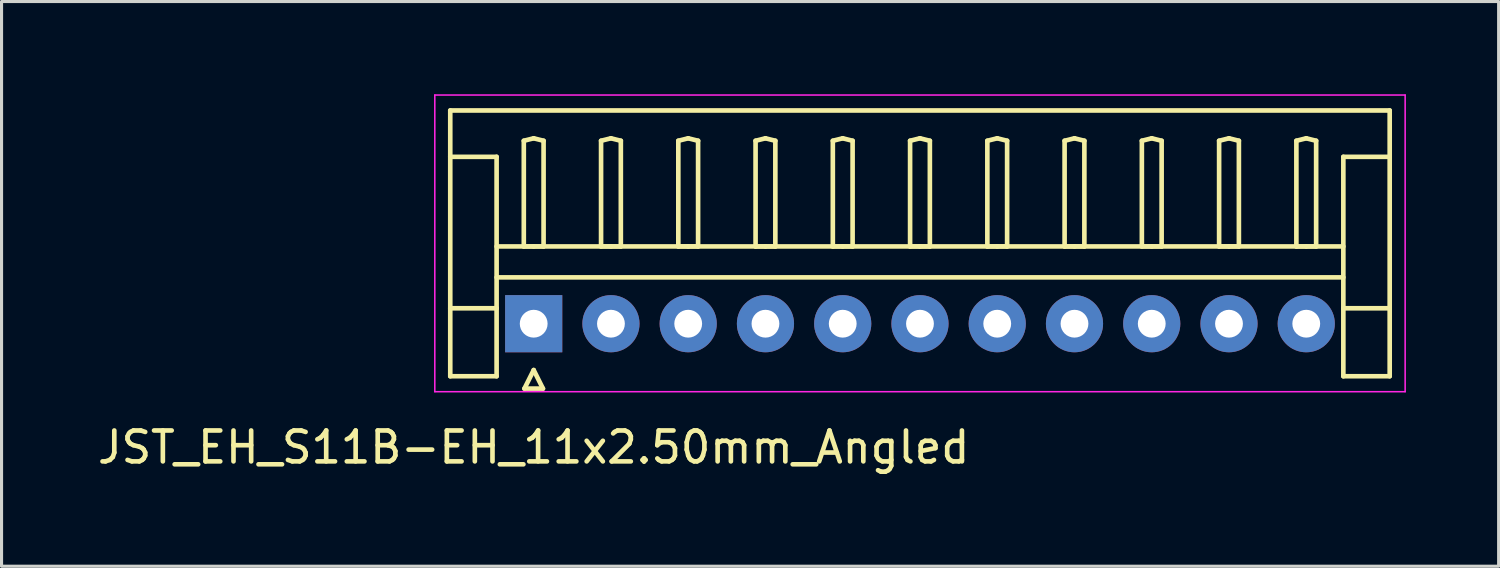
<source format=kicad_pcb>
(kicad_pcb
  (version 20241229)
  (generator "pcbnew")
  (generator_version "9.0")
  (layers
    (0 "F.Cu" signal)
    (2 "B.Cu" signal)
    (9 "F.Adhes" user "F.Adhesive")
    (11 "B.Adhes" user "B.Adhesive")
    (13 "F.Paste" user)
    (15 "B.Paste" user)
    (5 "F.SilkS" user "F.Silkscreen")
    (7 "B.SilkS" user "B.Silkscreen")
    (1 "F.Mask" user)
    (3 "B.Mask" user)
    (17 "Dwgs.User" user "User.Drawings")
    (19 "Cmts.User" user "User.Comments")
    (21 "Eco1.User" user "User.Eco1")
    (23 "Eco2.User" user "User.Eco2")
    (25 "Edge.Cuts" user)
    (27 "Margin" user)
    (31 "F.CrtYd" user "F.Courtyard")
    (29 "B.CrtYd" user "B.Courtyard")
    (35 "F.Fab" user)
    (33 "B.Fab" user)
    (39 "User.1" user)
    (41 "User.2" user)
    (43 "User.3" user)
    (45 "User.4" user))
  (footprint "JST_EH_S11B-EH_11x2.50mm_Angled"
    (layer "F.Cu")
    (at 14.22 7.425)
    (property "Reference" "JST_EH_S11B-EH_11x2.50mm_Angled" (at 0 4 0) (layer "F.SilkS") (effects (font (size 1 1) (thickness 0.15))))
    (attr through_hole)
    (fp_line (start -2.7 -6.9) (end 27.7 -6.9) (stroke (width 0.15) (type solid)) (layer "F.SilkS"))
    (fp_line (start -2.7 -5.4) (end -1.2 -5.4) (stroke (width 0.15) (type solid)) (layer "F.SilkS"))
    (fp_line (start -2.7 1.7) (end -2.7 -6.9) (stroke (width 0.15) (type solid)) (layer "F.SilkS"))
    (fp_line (start -1.2 -5.4) (end -1.2 -0.5) (stroke (width 0.15) (type solid)) (layer "F.SilkS"))
    (fp_line (start -1.2 -2.5) (end 26.2 -2.5) (stroke (width 0.15) (type solid)) (layer "F.SilkS"))
    (fp_line (start -1.2 -1.5) (end 26.2 -1.5) (stroke (width 0.15) (type solid)) (layer "F.SilkS"))
    (fp_line (start -1.2 -0.5) (end -2.7 -0.5) (stroke (width 0.15) (type solid)) (layer "F.SilkS"))
    (fp_line (start -1.2 -0.5) (end -1.2 1.7) (stroke (width 0.15) (type solid)) (layer "F.SilkS"))
    (fp_line (start -1.2 1.7) (end -2.7 1.7) (stroke (width 0.15) (type solid)) (layer "F.SilkS"))
    (fp_line (start -0.32 -5.92) (end 0 -6) (stroke (width 0.15) (type solid)) (layer "F.SilkS"))
    (fp_line (start -0.32 -2.5) (end -0.32 -5.92) (stroke (width 0.15) (type solid)) (layer "F.SilkS"))
    (fp_line (start -0.3 2.1) (end 0.3 2.1) (stroke (width 0.15) (type solid)) (layer "F.SilkS"))
    (fp_line (start 0 -6) (end 0.32 -5.92) (stroke (width 0.15) (type solid)) (layer "F.SilkS"))
    (fp_line (start 0 -2.5) (end -0.32 -2.5) (stroke (width 0.15) (type solid)) (layer "F.SilkS"))
    (fp_line (start 0 1.5) (end -0.3 2.1) (stroke (width 0.15) (type solid)) (layer "F.SilkS"))
    (fp_line (start 0.3 2.1) (end 0 1.5) (stroke (width 0.15) (type solid)) (layer "F.SilkS"))
    (fp_line (start 0.32 -5.92) (end 0.32 -2.5) (stroke (width 0.15) (type solid)) (layer "F.SilkS"))
    (fp_line (start 0.32 -2.5) (end 0 -2.5) (stroke (width 0.15) (type solid)) (layer "F.SilkS"))
    (fp_line (start 2.18 -5.92) (end 2.5 -6) (stroke (width 0.15) (type solid)) (layer "F.SilkS"))
    (fp_line (start 2.18 -2.5) (end 2.18 -5.92) (stroke (width 0.15) (type solid)) (layer "F.SilkS"))
    (fp_line (start 2.5 -6) (end 2.82 -5.92) (stroke (width 0.15) (type solid)) (layer "F.SilkS"))
    (fp_line (start 2.5 -2.5) (end 2.18 -2.5) (stroke (width 0.15) (type solid)) (layer "F.SilkS"))
    (fp_line (start 2.82 -5.92) (end 2.82 -2.5) (stroke (width 0.15) (type solid)) (layer "F.SilkS"))
    (fp_line (start 2.82 -2.5) (end 2.5 -2.5) (stroke (width 0.15) (type solid)) (layer "F.SilkS"))
    (fp_line (start 4.68 -5.92) (end 5 -6) (stroke (width 0.15) (type solid)) (layer "F.SilkS"))
    (fp_line (start 4.68 -2.5) (end 4.68 -5.92) (stroke (width 0.15) (type solid)) (layer "F.SilkS"))
    (fp_line (start 5 -6) (end 5.32 -5.92) (stroke (width 0.15) (type solid)) (layer "F.SilkS"))
    (fp_line (start 5 -2.5) (end 4.68 -2.5) (stroke (width 0.15) (type solid)) (layer "F.SilkS"))
    (fp_line (start 5.32 -5.92) (end 5.32 -2.5) (stroke (width 0.15) (type solid)) (layer "F.SilkS"))
    (fp_line (start 5.32 -2.5) (end 5 -2.5) (stroke (width 0.15) (type solid)) (layer "F.SilkS"))
    (fp_line (start 7.18 -5.92) (end 7.5 -6) (stroke (width 0.15) (type solid)) (layer "F.SilkS"))
    (fp_line (start 7.18 -2.5) (end 7.18 -5.92) (stroke (width 0.15) (type solid)) (layer "F.SilkS"))
    (fp_line (start 7.5 -6) (end 7.82 -5.92) (stroke (width 0.15) (type solid)) (layer "F.SilkS"))
    (fp_line (start 7.5 -2.5) (end 7.18 -2.5) (stroke (width 0.15) (type solid)) (layer "F.SilkS"))
    (fp_line (start 7.82 -5.92) (end 7.82 -2.5) (stroke (width 0.15) (type solid)) (layer "F.SilkS"))
    (fp_line (start 7.82 -2.5) (end 7.5 -2.5) (stroke (width 0.15) (type solid)) (layer "F.SilkS"))
    (fp_line (start 9.68 -5.92) (end 10 -6) (stroke (width 0.15) (type solid)) (layer "F.SilkS"))
    (fp_line (start 9.68 -2.5) (end 9.68 -5.92) (stroke (width 0.15) (type solid)) (layer "F.SilkS"))
    (fp_line (start 10 -6) (end 10.32 -5.92) (stroke (width 0.15) (type solid)) (layer "F.SilkS"))
    (fp_line (start 10 -2.5) (end 9.68 -2.5) (stroke (width 0.15) (type solid)) (layer "F.SilkS"))
    (fp_line (start 10.32 -5.92) (end 10.32 -2.5) (stroke (width 0.15) (type solid)) (layer "F.SilkS"))
    (fp_line (start 10.32 -2.5) (end 10 -2.5) (stroke (width 0.15) (type solid)) (layer "F.SilkS"))
    (fp_line (start 12.18 -5.92) (end 12.5 -6) (stroke (width 0.15) (type solid)) (layer "F.SilkS"))
    (fp_line (start 12.18 -2.5) (end 12.18 -5.92) (stroke (width 0.15) (type solid)) (layer "F.SilkS"))
    (fp_line (start 12.5 -6) (end 12.82 -5.92) (stroke (width 0.15) (type solid)) (layer "F.SilkS"))
    (fp_line (start 12.5 -2.5) (end 12.18 -2.5) (stroke (width 0.15) (type solid)) (layer "F.SilkS"))
    (fp_line (start 12.82 -5.92) (end 12.82 -2.5) (stroke (width 0.15) (type solid)) (layer "F.SilkS"))
    (fp_line (start 12.82 -2.5) (end 12.5 -2.5) (stroke (width 0.15) (type solid)) (layer "F.SilkS"))
    (fp_line (start 14.68 -5.92) (end 15 -6) (stroke (width 0.15) (type solid)) (layer "F.SilkS"))
    (fp_line (start 14.68 -2.5) (end 14.68 -5.92) (stroke (width 0.15) (type solid)) (layer "F.SilkS"))
    (fp_line (start 15 -6) (end 15.32 -5.92) (stroke (width 0.15) (type solid)) (layer "F.SilkS"))
    (fp_line (start 15 -2.5) (end 14.68 -2.5) (stroke (width 0.15) (type solid)) (layer "F.SilkS"))
    (fp_line (start 15.32 -5.92) (end 15.32 -2.5) (stroke (width 0.15) (type solid)) (layer "F.SilkS"))
    (fp_line (start 15.32 -2.5) (end 15 -2.5) (stroke (width 0.15) (type solid)) (layer "F.SilkS"))
    (fp_line (start 17.18 -5.92) (end 17.5 -6) (stroke (width 0.15) (type solid)) (layer "F.SilkS"))
    (fp_line (start 17.18 -2.5) (end 17.18 -5.92) (stroke (width 0.15) (type solid)) (layer "F.SilkS"))
    (fp_line (start 17.5 -6) (end 17.82 -5.92) (stroke (width 0.15) (type solid)) (layer "F.SilkS"))
    (fp_line (start 17.5 -2.5) (end 17.18 -2.5) (stroke (width 0.15) (type solid)) (layer "F.SilkS"))
    (fp_line (start 17.82 -5.92) (end 17.82 -2.5) (stroke (width 0.15) (type solid)) (layer "F.SilkS"))
    (fp_line (start 17.82 -2.5) (end 17.5 -2.5) (stroke (width 0.15) (type solid)) (layer "F.SilkS"))
    (fp_line (start 19.68 -5.92) (end 20 -6) (stroke (width 0.15) (type solid)) (layer "F.SilkS"))
    (fp_line (start 19.68 -2.5) (end 19.68 -5.92) (stroke (width 0.15) (type solid)) (layer "F.SilkS"))
    (fp_line (start 20 -6) (end 20.32 -5.92) (stroke (width 0.15) (type solid)) (layer "F.SilkS"))
    (fp_line (start 20 -2.5) (end 19.68 -2.5) (stroke (width 0.15) (type solid)) (layer "F.SilkS"))
    (fp_line (start 20.32 -5.92) (end 20.32 -2.5) (stroke (width 0.15) (type solid)) (layer "F.SilkS"))
    (fp_line (start 20.32 -2.5) (end 20 -2.5) (stroke (width 0.15) (type solid)) (layer "F.SilkS"))
    (fp_line (start 22.18 -5.92) (end 22.5 -6) (stroke (width 0.15) (type solid)) (layer "F.SilkS"))
    (fp_line (start 22.18 -2.5) (end 22.18 -5.92) (stroke (width 0.15) (type solid)) (layer "F.SilkS"))
    (fp_line (start 22.5 -6) (end 22.82 -5.92) (stroke (width 0.15) (type solid)) (layer "F.SilkS"))
    (fp_line (start 22.5 -2.5) (end 22.18 -2.5) (stroke (width 0.15) (type solid)) (layer "F.SilkS"))
    (fp_line (start 22.82 -5.92) (end 22.82 -2.5) (stroke (width 0.15) (type solid)) (layer "F.SilkS"))
    (fp_line (start 22.82 -2.5) (end 22.5 -2.5) (stroke (width 0.15) (type solid)) (layer "F.SilkS"))
    (fp_line (start 24.68 -5.92) (end 25 -6) (stroke (width 0.15) (type solid)) (layer "F.SilkS"))
    (fp_line (start 24.68 -2.5) (end 24.68 -5.92) (stroke (width 0.15) (type solid)) (layer "F.SilkS"))
    (fp_line (start 25 -6) (end 25.32 -5.92) (stroke (width 0.15) (type solid)) (layer "F.SilkS"))
    (fp_line (start 25 -2.5) (end 24.68 -2.5) (stroke (width 0.15) (type solid)) (layer "F.SilkS"))
    (fp_line (start 25.32 -5.92) (end 25.32 -2.5) (stroke (width 0.15) (type solid)) (layer "F.SilkS"))
    (fp_line (start 25.32 -2.5) (end 25 -2.5) (stroke (width 0.15) (type solid)) (layer "F.SilkS"))
    (fp_line (start 26.2 -5.4) (end 26.2 -0.5) (stroke (width 0.15) (type solid)) (layer "F.SilkS"))
    (fp_line (start 26.2 -0.5) (end 27.7 -0.5) (stroke (width 0.15) (type solid)) (layer "F.SilkS"))
    (fp_line (start 26.2 1.7) (end 26.2 -0.5) (stroke (width 0.15) (type solid)) (layer "F.SilkS"))
    (fp_line (start 27.7 -6.9) (end 27.7 1.7) (stroke (width 0.15) (type solid)) (layer "F.SilkS"))
    (fp_line (start 27.7 -5.4) (end 26.2 -5.4) (stroke (width 0.15) (type solid)) (layer "F.SilkS"))
    (fp_line (start 27.7 1.7) (end 26.2 1.7) (stroke (width 0.15) (type solid)) (layer "F.SilkS"))
    (fp_line (start -3.2 -7.4) (end -3.2 2.2) (stroke (width 0.05) (type solid)) (layer "F.CrtYd"))
    (fp_line (start -3.2 2.2) (end 28.2 2.2) (stroke (width 0.05) (type solid)) (layer "F.CrtYd"))
    (fp_line (start 28.2 -7.4) (end -3.2 -7.4) (stroke (width 0.05) (type solid)) (layer "F.CrtYd"))
    (fp_line (start 28.2 2.2) (end 28.2 -7.4) (stroke (width 0.05) (type solid)) (layer "F.CrtYd"))
    (pad "1" thru_hole rect (at 0 0) (size 1.85 1.85) (drill 0.9) (layers "*.Cu" "*.Mask"))
    (pad "2" thru_hole circle (at 2.5 0) (size 1.85 1.85) (drill 0.9) (layers "*.Cu" "*.Mask"))
    (pad "3" thru_hole circle (at 5 0) (size 1.85 1.85) (drill 0.9) (layers "*.Cu" "*.Mask"))
    (pad "4" thru_hole circle (at 7.5 0) (size 1.85 1.85) (drill 0.9) (layers "*.Cu" "*.Mask"))
    (pad "5" thru_hole circle (at 10 0) (size 1.85 1.85) (drill 0.9) (layers "*.Cu" "*.Mask"))
    (pad "6" thru_hole circle (at 12.5 0) (size 1.85 1.85) (drill 0.9) (layers "*.Cu" "*.Mask"))
    (pad "7" thru_hole circle (at 15 0) (size 1.85 1.85) (drill 0.9) (layers "*.Cu" "*.Mask"))
    (pad "8" thru_hole circle (at 17.5 0) (size 1.85 1.85) (drill 0.9) (layers "*.Cu" "*.Mask"))
    (pad "9" thru_hole circle (at 20 0) (size 1.85 1.85) (drill 0.9) (layers "*.Cu" "*.Mask"))
    (pad "10" thru_hole circle (at 22.5 0) (size 1.85 1.85) (drill 0.9) (layers "*.Cu" "*.Mask"))
    (pad "11" thru_hole circle (at 25 0) (size 1.85 1.85) (drill 0.9) (layers "*.Cu" "*.Mask")))
  (gr_rect
    (start -3 -3)
    (end 45.445 15.273)
    (stroke (width 0.1) (type default))
    (fill no)
    (layer "Edge.Cuts")))
</source>
